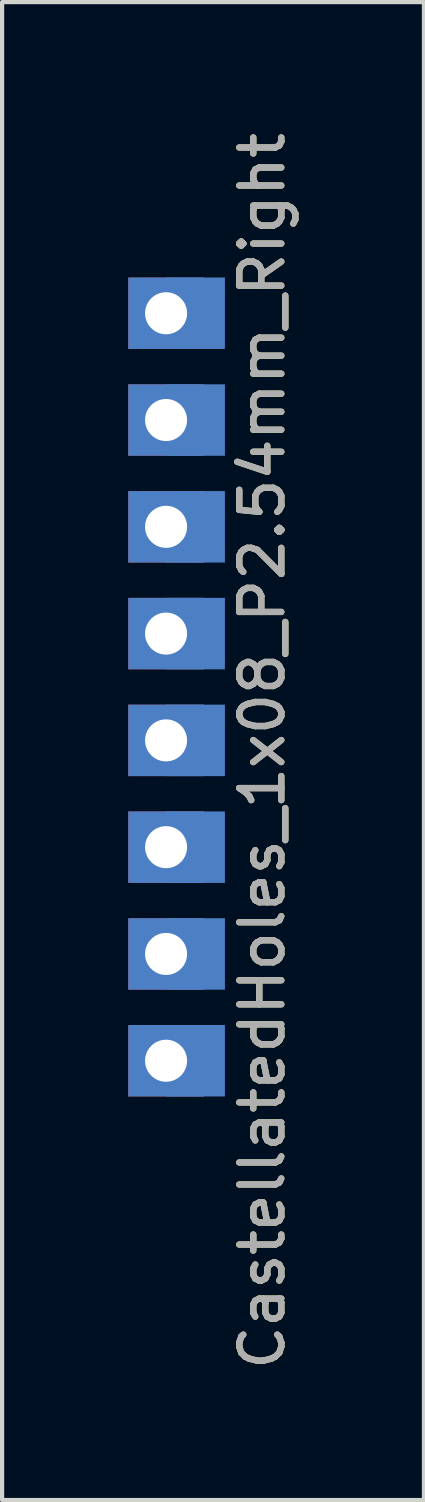
<source format=kicad_pcb>
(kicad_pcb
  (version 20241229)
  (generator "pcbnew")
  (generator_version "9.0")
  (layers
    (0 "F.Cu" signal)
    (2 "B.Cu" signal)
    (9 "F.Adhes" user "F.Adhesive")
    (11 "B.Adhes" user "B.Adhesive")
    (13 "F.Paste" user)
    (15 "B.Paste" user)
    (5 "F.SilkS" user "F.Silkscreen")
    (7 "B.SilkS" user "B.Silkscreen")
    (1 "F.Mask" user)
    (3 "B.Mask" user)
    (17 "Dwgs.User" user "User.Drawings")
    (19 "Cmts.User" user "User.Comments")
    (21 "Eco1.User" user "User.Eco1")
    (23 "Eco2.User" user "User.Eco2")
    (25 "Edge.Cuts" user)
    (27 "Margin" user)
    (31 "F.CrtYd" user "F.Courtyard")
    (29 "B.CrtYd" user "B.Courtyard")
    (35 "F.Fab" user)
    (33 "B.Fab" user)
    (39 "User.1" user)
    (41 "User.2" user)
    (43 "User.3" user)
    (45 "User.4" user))
  (footprint "CastellatedHoles_1x08_P2.54mm_Right"
    (layer "F.Cu")
    (at 0.9 4.401)
    (property "Reference" "CastellatedHoles_1x08_P2.54mm_Right" (at 2.286 10.414 90) (layer "F.SilkS") (effects (font (size 1 1) (thickness 0.15))))
    (attr exclude_from_pos_files exclude_from_bom)
    (fp_text user "${REFERENCE}" (at 2.286 10.414 90) (layer "F.Fab") (effects (font (size 1 1) (thickness 0.15))))
    (pad "1" thru_hole rect (at 0 0) (size 1.8 1.7) (drill 1) (property pad_prop_castellated) (layers "*.Cu" "*.Mask") (remove_unused_layers yes) (keep_end_layers yes) (zone_layer_connections))
    (pad "1" smd rect (at 0.7 0) (size 1.4 1.7) (layers "B.Cu" "B.Mask"))
    (pad "2" thru_hole rect (at 0 2.54) (size 1.8 1.7) (drill 1) (property pad_prop_castellated) (layers "*.Cu" "*.Mask") (remove_unused_layers yes) (keep_end_layers yes) (zone_layer_connections))
    (pad "2" smd rect (at 0.7 2.54) (size 1.4 1.7) (layers "B.Cu" "B.Mask"))
    (pad "3" thru_hole rect (at 0 5.08) (size 1.8 1.7) (drill 1) (property pad_prop_castellated) (layers "*.Cu" "*.Mask") (remove_unused_layers yes) (keep_end_layers yes) (zone_layer_connections))
    (pad "3" smd rect (at 0.7 5.08) (size 1.4 1.7) (layers "B.Cu" "B.Mask"))
    (pad "4" thru_hole rect (at 0 7.62) (size 1.8 1.7) (drill 1) (property pad_prop_castellated) (layers "*.Cu" "*.Mask") (remove_unused_layers yes) (keep_end_layers yes) (zone_layer_connections))
    (pad "4" smd rect (at 0.7 7.62) (size 1.4 1.7) (layers "B.Cu" "B.Mask"))
    (pad "5" thru_hole rect (at 0 10.16) (size 1.8 1.7) (drill 1) (property pad_prop_castellated) (layers "*.Cu" "*.Mask") (remove_unused_layers yes) (keep_end_layers yes) (zone_layer_connections))
    (pad "5" smd rect (at 0.7 10.16) (size 1.4 1.7) (layers "B.Cu" "B.Mask"))
    (pad "6" thru_hole rect (at 0 12.7) (size 1.8 1.7) (drill 1) (property pad_prop_castellated) (layers "*.Cu" "*.Mask") (remove_unused_layers yes) (keep_end_layers yes) (zone_layer_connections))
    (pad "6" smd rect (at 0.7 12.7) (size 1.4 1.7) (layers "B.Cu" "B.Mask"))
    (pad "7" thru_hole rect (at 0 15.24) (size 1.8 1.7) (drill 1) (property pad_prop_castellated) (layers "*.Cu" "*.Mask") (remove_unused_layers yes) (keep_end_layers yes) (zone_layer_connections))
    (pad "7" smd rect (at 0.7 15.24) (size 1.4 1.7) (layers "B.Cu" "B.Mask"))
    (pad "8" thru_hole rect (at 0 17.78) (size 1.8 1.7) (drill 1) (property pad_prop_castellated) (layers "*.Cu" "*.Mask") (remove_unused_layers yes) (keep_end_layers yes) (zone_layer_connections))
    (pad "8" smd rect (at 0.7 17.78) (size 1.4 1.7) (layers "B.Cu" "B.Mask")))
  (gr_rect
    (start -3 -3)
    (end 7.034 32.631)
    (stroke (width 0.1) (type default))
    (fill no)
    (layer "Edge.Cuts")))
</source>
